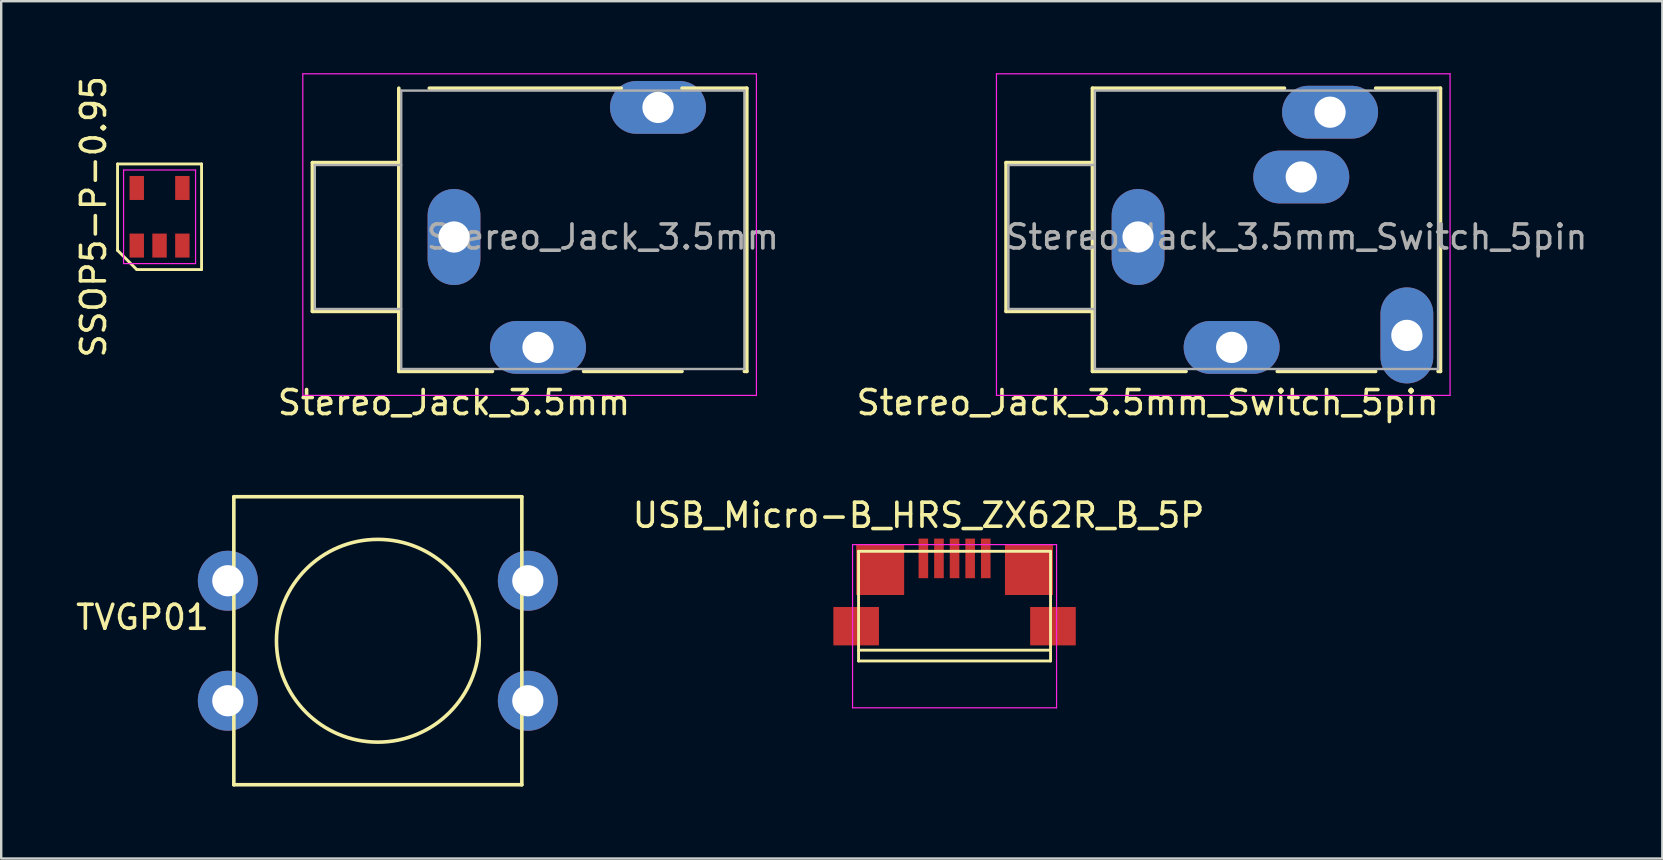
<source format=kicad_pcb>
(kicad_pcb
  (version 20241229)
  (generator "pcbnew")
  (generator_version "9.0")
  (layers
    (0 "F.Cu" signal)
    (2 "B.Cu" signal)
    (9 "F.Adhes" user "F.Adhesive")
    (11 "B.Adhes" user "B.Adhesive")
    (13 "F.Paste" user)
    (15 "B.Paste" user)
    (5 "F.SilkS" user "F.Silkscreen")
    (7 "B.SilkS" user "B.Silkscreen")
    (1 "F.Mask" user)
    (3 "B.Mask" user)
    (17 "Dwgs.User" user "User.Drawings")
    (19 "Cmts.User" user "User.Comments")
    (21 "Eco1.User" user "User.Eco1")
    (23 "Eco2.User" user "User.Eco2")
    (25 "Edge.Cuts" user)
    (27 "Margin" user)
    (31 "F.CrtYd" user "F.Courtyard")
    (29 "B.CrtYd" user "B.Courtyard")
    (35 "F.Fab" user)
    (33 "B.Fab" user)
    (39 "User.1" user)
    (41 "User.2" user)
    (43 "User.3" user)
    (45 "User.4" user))
  (footprint "TVGP01"
    (layer "F.Cu")
    (at 6.443 21.148)
    (property "Reference" "TVGP01" (at -3.556 1.524 0) (layer "F.SilkS") (effects (font (size 1 1) (thickness 0.15))))
    (attr through_hole)
    (fp_line (start 0.25 -3.5) (end 0.25 8.5) (stroke (width 0.15) (type solid)) (layer "F.SilkS"))
    (fp_line (start 0.25 -3.5) (end 12.25 -3.5) (stroke (width 0.15) (type solid)) (layer "F.SilkS"))
    (fp_line (start 0.25 8.5) (end 12.25 8.5) (stroke (width 0.15) (type solid)) (layer "F.SilkS"))
    (fp_line (start 12.25 -3.5) (end 12.25 8.5) (stroke (width 0.15) (type solid)) (layer "F.SilkS"))
    (fp_circle (center 6.25 2.5) (end 6.7 6.7) (stroke (width 0.15) (type solid)) (fill no) (layer "F.SilkS"))
    (pad "1" thru_hole circle (at 0 0) (size 2.5 2.5) (drill 1.3) (layers "*.Cu" "*.Mask"))
    (pad "1" thru_hole circle (at 12.5 0) (size 2.5 2.5) (drill 1.3) (layers "*.Cu" "*.Mask"))
    (pad "2" thru_hole circle (at 0 5) (size 2.5 2.5) (drill 1.3) (layers "*.Cu" "*.Mask"))
    (pad "2" thru_hole circle (at 12.5 5) (size 2.5 2.5) (drill 1.3) (layers "*.Cu" "*.Mask")))
  (footprint "Stereo_Jack_3.5mm"
    (layer "F.Cu")
    (at 19.367 11.425)
    (property "Reference" "Stereo_Jack_3.5mm" (at -3.5 2.3 0) (layer "F.SilkS") (effects (font (size 1 1) (thickness 0.15))))
    (attr through_hole)
    (fp_line (start -9.4 -7.7) (end -9.4 -1.5) (stroke (width 0.15) (type solid)) (layer "F.SilkS"))
    (fp_line (start -9.4 -1.5) (end -5.8 -1.5) (stroke (width 0.15) (type solid)) (layer "F.SilkS"))
    (fp_line (start -5.8 -7.7) (end -9.4 -7.7) (stroke (width 0.15) (type solid)) (layer "F.SilkS"))
    (fp_line (start -5.8 1) (end -5.8 -10.8) (stroke (width 0.15) (type solid)) (layer "F.SilkS"))
    (fp_line (start -4.53 -10.8) (end 3.47 -10.8) (stroke (width 0.15) (type solid)) (layer "F.SilkS"))
    (fp_line (start -1.9 1) (end -5.8 1) (stroke (width 0.15) (type solid)) (layer "F.SilkS"))
    (fp_line (start 6 -10.8) (end 8.7 -10.8) (stroke (width 0.15) (type solid)) (layer "F.SilkS"))
    (fp_line (start 6 1) (end 1.9 1) (stroke (width 0.15) (type solid)) (layer "F.SilkS"))
    (fp_line (start 8.7 -10.8) (end 8.7 1) (stroke (width 0.15) (type solid)) (layer "F.SilkS"))
    (fp_line (start 8.7 1) (end 8.6 1) (stroke (width 0.15) (type solid)) (layer "F.SilkS"))
    (fp_line (start -9.8 -11.4) (end -9.8 2) (stroke (width 0.05) (type solid)) (layer "F.CrtYd"))
    (fp_line (start -9.8 2) (end 9.1 2) (stroke (width 0.05) (type solid)) (layer "F.CrtYd"))
    (fp_line (start 9.1 -11.4) (end -9.8 -11.4) (stroke (width 0.05) (type solid)) (layer "F.CrtYd"))
    (fp_line (start 9.1 2) (end 9.1 -11.4) (stroke (width 0.05) (type solid)) (layer "F.CrtYd"))
    (fp_line (start -9.3 -7.6) (end -9.3 -1.6) (stroke (width 0.1) (type solid)) (layer "F.Fab"))
    (fp_line (start -9.3 -7.6) (end -5.7 -7.6) (stroke (width 0.1) (type solid)) (layer "F.Fab"))
    (fp_line (start -9.3 -1.6) (end -5.7 -1.6) (stroke (width 0.1) (type solid)) (layer "F.Fab"))
    (fp_line (start -5.7 -10.7) (end -5.7 0.9) (stroke (width 0.1) (type solid)) (layer "F.Fab"))
    (fp_line (start -5.7 0.9) (end 8.6 0.9) (stroke (width 0.1) (type solid)) (layer "F.Fab"))
    (fp_line (start 8.6 -10.7) (end -5.7 -10.7) (stroke (width 0.1) (type solid)) (layer "F.Fab"))
    (fp_line (start 8.6 0.9) (end 8.6 -10.7) (stroke (width 0.1) (type solid)) (layer "F.Fab"))
    (fp_text user "${REFERENCE}" (at 2.7 -4.6 0) (layer "F.Fab") (effects (font (size 1 1) (thickness 0.15))))
    (pad "1" thru_hole oval (at 0 0) (size 4 2.2) (drill 1.3) (layers "*.Cu" "*.Mask"))
    (pad "2" thru_hole oval (at 5 -10) (size 4 2.2) (drill 1.3) (layers "*.Cu" "*.Mask"))
    (pad "3" thru_hole oval (at -3.5 -4.6) (size 2.2 4) (drill 1.3) (layers "*.Cu" "*.Mask")))
  (footprint "SSOP5-P-0.95"
    (layer "F.Cu")
    (at 3.598 5.982)
    (property "Reference" "SSOP5-P-0.95" (at -2.75 0 90) (layer "F.SilkS") (effects (font (size 1 1) (thickness 0.15))))
    (attr smd)
    (fp_line (start -1.75 -2.2) (end 1.75 -2.2) (stroke (width 0.12) (type solid)) (layer "F.SilkS"))
    (fp_line (start -1.75 1.4) (end -1.75 -2.2) (stroke (width 0.12) (type solid)) (layer "F.SilkS"))
    (fp_line (start -0.95 2.2) (end -1.75 1.4) (stroke (width 0.12) (type solid)) (layer "F.SilkS"))
    (fp_line (start 1.75 -2.2) (end 1.75 2.2) (stroke (width 0.12) (type solid)) (layer "F.SilkS"))
    (fp_line (start 1.75 2.2) (end -0.95 2.2) (stroke (width 0.12) (type solid)) (layer "F.SilkS"))
    (fp_line (start -1.5 -1.95) (end 1.5 -1.95) (stroke (width 0.05) (type solid)) (layer "F.CrtYd"))
    (fp_line (start -1.5 1.95) (end -1.5 -1.95) (stroke (width 0.05) (type solid)) (layer "F.CrtYd"))
    (fp_line (start 1.5 -1.95) (end 1.5 1.95) (stroke (width 0.05) (type solid)) (layer "F.CrtYd"))
    (fp_line (start 1.5 1.95) (end -1.5 1.95) (stroke (width 0.05) (type solid)) (layer "F.CrtYd"))
    (pad "1" smd rect (at -0.95 1.2) (size 0.6 1) (layers "F.Cu" "F.Mask" "F.Paste"))
    (pad "2" smd rect (at 0 1.2) (size 0.6 1) (layers "F.Cu" "F.Mask" "F.Paste"))
    (pad "3" smd rect (at 0.95 1.2) (size 0.6 1) (layers "F.Cu" "F.Mask" "F.Paste"))
    (pad "4" smd rect (at 0.95 -1.2) (size 0.6 1) (layers "F.Cu" "F.Mask" "F.Paste"))
    (pad "5" smd rect (at -0.95 -1.2) (size 0.6 1) (layers "F.Cu" "F.Mask" "F.Paste")))
  (footprint "Stereo_Jack_3.5mm_Switch_5pin"
    (layer "F.Cu")
    (at 48.269 11.425)
    (property "Reference" "Stereo_Jack_3.5mm_Switch_5pin" (at -3.5 2.3 0) (layer "F.SilkS") (effects (font (size 1 1) (thickness 0.15))))
    (attr through_hole)
    (fp_line (start -9.4 -7.7) (end -9.4 -1.5) (stroke (width 0.15) (type solid)) (layer "F.SilkS"))
    (fp_line (start -9.4 -1.5) (end -5.8 -1.5) (stroke (width 0.15) (type solid)) (layer "F.SilkS"))
    (fp_line (start -5.8 -10.8) (end 2.2 -10.8) (stroke (width 0.15) (type solid)) (layer "F.SilkS"))
    (fp_line (start -5.8 -7.7) (end -9.4 -7.7) (stroke (width 0.15) (type solid)) (layer "F.SilkS"))
    (fp_line (start -5.8 1) (end -5.8 -10.8) (stroke (width 0.15) (type solid)) (layer "F.SilkS"))
    (fp_line (start -1.9 1) (end -5.8 1) (stroke (width 0.15) (type solid)) (layer "F.SilkS"))
    (fp_line (start 6 -10.8) (end 8.7 -10.8) (stroke (width 0.15) (type solid)) (layer "F.SilkS"))
    (fp_line (start 6 1) (end 1.9 1) (stroke (width 0.15) (type solid)) (layer "F.SilkS"))
    (fp_line (start 8.7 -10.8) (end 8.7 1) (stroke (width 0.15) (type solid)) (layer "F.SilkS"))
    (fp_line (start 8.7 1) (end 8.6 1) (stroke (width 0.15) (type solid)) (layer "F.SilkS"))
    (fp_line (start -9.8 -11.4) (end -9.8 2) (stroke (width 0.05) (type solid)) (layer "F.CrtYd"))
    (fp_line (start -9.8 2) (end 9.1 2) (stroke (width 0.05) (type solid)) (layer "F.CrtYd"))
    (fp_line (start 9.1 -11.4) (end -9.8 -11.4) (stroke (width 0.05) (type solid)) (layer "F.CrtYd"))
    (fp_line (start 9.1 2) (end 9.1 -11.4) (stroke (width 0.05) (type solid)) (layer "F.CrtYd"))
    (fp_line (start -9.3 -7.6) (end -9.3 -1.6) (stroke (width 0.1) (type solid)) (layer "F.Fab"))
    (fp_line (start -9.3 -7.6) (end -5.7 -7.6) (stroke (width 0.1) (type solid)) (layer "F.Fab"))
    (fp_line (start -9.3 -1.6) (end -5.7 -1.6) (stroke (width 0.1) (type solid)) (layer "F.Fab"))
    (fp_line (start -5.7 -10.7) (end -5.7 0.9) (stroke (width 0.1) (type solid)) (layer "F.Fab"))
    (fp_line (start -5.7 0.9) (end 8.6 0.9) (stroke (width 0.1) (type solid)) (layer "F.Fab"))
    (fp_line (start 8.6 -10.7) (end -5.7 -10.7) (stroke (width 0.1) (type solid)) (layer "F.Fab"))
    (fp_line (start 8.6 0.9) (end 8.6 -10.7) (stroke (width 0.1) (type solid)) (layer "F.Fab"))
    (fp_text user "${REFERENCE}" (at 2.7 -4.6 0) (layer "F.Fab") (effects (font (size 1 1) (thickness 0.15))))
    (pad "1" thru_hole oval (at 0 0) (size 4 2.2) (drill 1.3) (layers "*.Cu" "*.Mask"))
    (pad "2" thru_hole oval (at 4.1 -9.8) (size 4 2.2) (drill 1.3) (layers "*.Cu" "*.Mask"))
    (pad "3" thru_hole oval (at -3.9 -4.6) (size 2.2 4) (drill 1.3) (layers "*.Cu" "*.Mask"))
    (pad "4" thru_hole oval (at 7.3 -0.5 90) (size 4 2.2) (drill 1.3) (layers "*.Cu" "*.Mask"))
    (pad "5" thru_hole oval (at 2.9 -7.1) (size 4 2.2) (drill 1.3) (layers "*.Cu" "*.Mask")))
  (footprint "USB_Micro-B_HRS_ZX62R_B_5P"
    (layer "F.Cu")
    (at 36.723 23.041)
    (property "Reference" "USB_Micro-B_HRS_ZX62R_B_5P" (at -1.5 -4.62 0) (layer "F.SilkS") (effects (font (size 1 1) (thickness 0.15))))
    (attr through_hole)
    (fp_line (start -4 -3.12) (end 4 -3.12) (stroke (width 0.12) (type solid)) (layer "F.SilkS"))
    (fp_line (start -4 1.45) (end -4 -3.12) (stroke (width 0.12) (type solid)) (layer "F.SilkS"))
    (fp_line (start 4 -3.12) (end 4 1.45) (stroke (width 0.12) (type solid)) (layer "F.SilkS"))
    (fp_line (start 4 1) (end -4 1) (stroke (width 0.12) (type solid)) (layer "F.SilkS"))
    (fp_line (start 4 1.45) (end -4 1.45) (stroke (width 0.12) (type solid)) (layer "F.SilkS"))
    (fp_line (start -4.25 -3.4) (end 4.25 -3.4) (stroke (width 0.05) (type solid)) (layer "F.CrtYd"))
    (fp_line (start -4.25 3.4) (end -4.25 -3.4) (stroke (width 0.05) (type solid)) (layer "F.CrtYd"))
    (fp_line (start 4.25 -3.4) (end 4.25 3.4) (stroke (width 0.05) (type solid)) (layer "F.CrtYd"))
    (fp_line (start 4.25 3.4) (end -4.25 3.4) (stroke (width 0.05) (type solid)) (layer "F.CrtYd"))
    (pad "1" smd rect (at 1.3 -2.825 90) (size 1.65 0.4) (layers "F.Cu" "F.Mask" "F.Paste"))
    (pad "2" smd rect (at 0.65 -2.825 90) (size 1.65 0.4) (layers "F.Cu" "F.Mask" "F.Paste"))
    (pad "3" smd rect (at 0 -2.825 90) (size 1.65 0.4) (layers "F.Cu" "F.Mask" "F.Paste"))
    (pad "4" smd rect (at -0.65 -2.825 90) (size 1.65 0.4) (layers "F.Cu" "F.Mask" "F.Paste"))
    (pad "5" smd rect (at -1.3 -2.825 90) (size 1.65 0.4) (layers "F.Cu" "F.Mask" "F.Paste"))
    (pad "6" smd rect (at -4.1 0 90) (size 1.6 1.9) (layers "F.Cu" "F.Mask" "F.Paste"))
    (pad "6" smd rect (at -3.1 -2.35 90) (size 2.1 2) (layers "F.Cu" "F.Mask" "F.Paste"))
    (pad "6" smd rect (at 3.1 -2.35 90) (size 2.1 2) (layers "F.Cu" "F.Mask" "F.Paste"))
    (pad "6" smd rect (at 4.1 0 90) (size 1.6 1.9) (layers "F.Cu" "F.Mask" "F.Paste")))
  (gr_rect
    (start -3 -3)
    (end 66.213 32.723)
    (stroke (width 0.1) (type default))
    (fill no)
    (layer "Edge.Cuts")))
</source>
